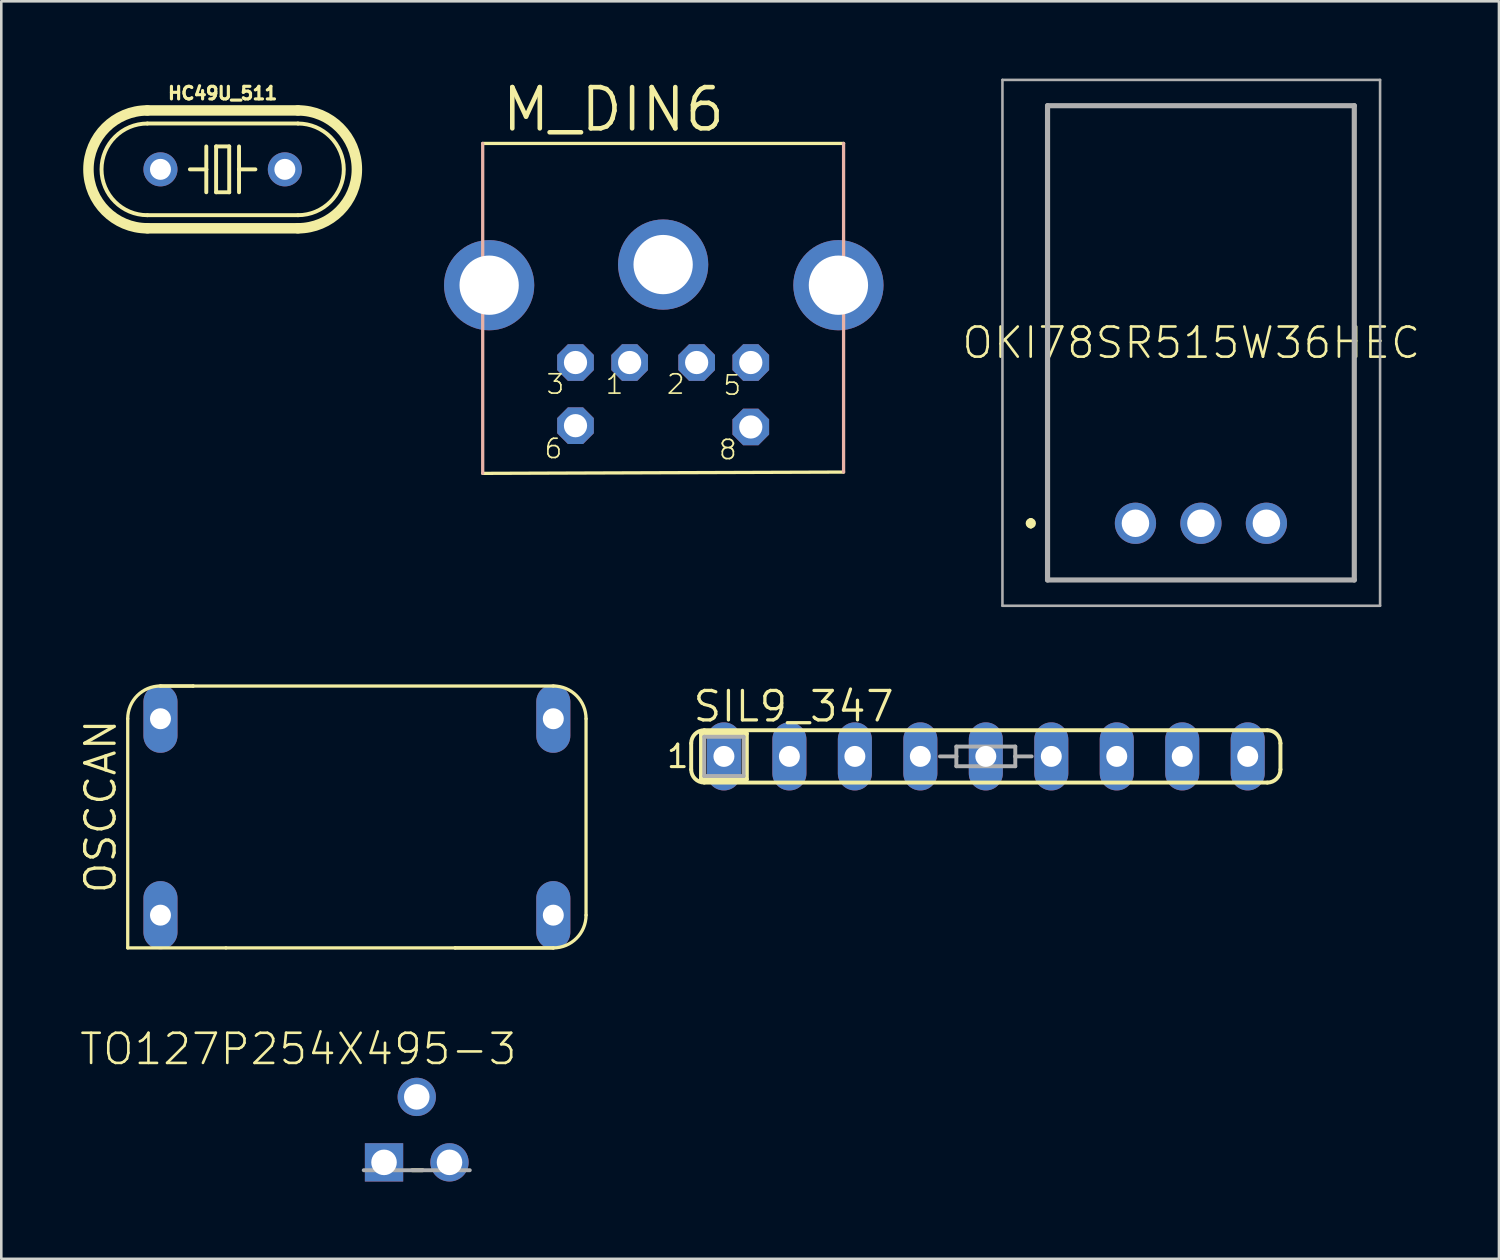
<source format=kicad_pcb>
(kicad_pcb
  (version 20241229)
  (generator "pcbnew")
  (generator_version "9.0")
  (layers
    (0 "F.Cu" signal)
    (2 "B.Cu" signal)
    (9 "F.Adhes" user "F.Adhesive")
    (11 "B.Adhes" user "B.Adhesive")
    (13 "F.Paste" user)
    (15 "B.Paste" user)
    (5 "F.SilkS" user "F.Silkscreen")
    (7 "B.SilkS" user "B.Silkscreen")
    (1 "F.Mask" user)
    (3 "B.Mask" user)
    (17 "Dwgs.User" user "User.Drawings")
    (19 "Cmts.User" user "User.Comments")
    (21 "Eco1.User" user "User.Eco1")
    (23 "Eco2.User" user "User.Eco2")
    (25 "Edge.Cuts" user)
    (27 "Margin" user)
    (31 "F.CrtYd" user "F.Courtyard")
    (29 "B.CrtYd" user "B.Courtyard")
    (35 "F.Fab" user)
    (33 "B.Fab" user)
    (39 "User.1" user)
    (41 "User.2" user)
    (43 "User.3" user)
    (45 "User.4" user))
  (footprint "OSCCAN"
    (layer "F.Cu")
    (at 10.795 28.643)
    (property "Reference" "OSCCAN" (at -9.271 3.048 90) (unlocked yes) (layer "F.SilkS") (effects (font (size 1.143 1.143) (thickness 0.127)) (justify left bottom)))
    (fp_line (start -8.89 -3.81) (end -8.89 5.08) (stroke (width 0.127) (type solid)) (layer "F.SilkS"))
    (fp_line (start -8.89 5.08) (end -5.08 5.08) (stroke (width 0.127) (type solid)) (layer "F.SilkS"))
    (fp_line (start -7.62 -5.08) (end -6.35 -5.08) (stroke (width 0.127) (type solid)) (layer "F.SilkS"))
    (fp_line (start -6.35 -5.08) (end -7.62 -5.08) (stroke (width 0.127) (type solid)) (layer "F.SilkS"))
    (fp_line (start -5.08 5.08) (end 3.81 5.08) (stroke (width 0.127) (type solid)) (layer "F.SilkS"))
    (fp_line (start 3.81 5.08) (end 7.62 5.08) (stroke (width 0.127) (type solid)) (layer "F.SilkS"))
    (fp_line (start 7.62 -5.08) (end -6.35 -5.08) (stroke (width 0.127) (type solid)) (layer "F.SilkS"))
    (fp_line (start 7.62 5.08) (end 3.81 5.08) (stroke (width 0.127) (type solid)) (layer "F.SilkS"))
    (fp_line (start 8.89 3.81) (end 8.89 -3.81) (stroke (width 0.127) (type solid)) (layer "F.SilkS"))
    (fp_arc (start -8.89 -3.81) (mid -8.518026 -4.708026) (end -7.62 -5.08) (stroke (width 0.127) (type solid)) (layer "F.SilkS"))
    (fp_arc (start 7.62 -5.08) (mid 8.518026 -4.708026) (end 8.89 -3.81) (stroke (width 0.127) (type solid)) (layer "F.SilkS"))
    (fp_arc (start 8.89 3.81) (mid 8.518026 4.708026) (end 7.62 5.08) (stroke (width 0.127) (type solid)) (layer "F.SilkS"))
    (pad "1" thru_hole oval (at -7.62 3.81 90) (size 2.642 1.321) (drill 0.813) (layers "*.Cu" "*.Mask"))
    (pad "7" thru_hole oval (at 7.62 3.81 90) (size 2.642 1.321) (drill 0.813) (layers "*.Cu" "*.Mask"))
    (pad "8" thru_hole oval (at 7.62 -3.81 90) (size 2.642 1.321) (drill 0.813) (layers "*.Cu" "*.Mask"))
    (pad "14" thru_hole oval (at -7.62 -3.81 90) (size 2.642 1.321) (drill 0.813) (layers "*.Cu" "*.Mask")))
  (footprint "TO127P254X495-3"
    (layer "F.Cu")
    (at 14.388 39.503)
    (property "Reference" "TO127P254X495-3" (at -5.867 -1.854 0) (unlocked yes) (layer "F.SilkS") (effects (font (size 1.168 1.168) (thickness 0.102))))
    (fp_line (start -1.448 2.845) (end -1.041 2.845) (stroke (width 0.152) (type solid)) (layer "F.SilkS"))
    (fp_line (start -3.327 2.845) (end 0.787 2.845) (stroke (width 0.152) (type solid)) (layer "F.Fab"))
    (pad "1" thru_hole rect (at -2.54 2.54) (size 1.486 1.486) (drill 0.991) (layers "*.Cu" "*.Mask"))
    (pad "2" thru_hole circle (at -1.27 0) (size 1.486 1.486) (drill 0.991) (layers "*.Cu" "*.Mask"))
    (pad "3" thru_hole circle (at 0 2.54) (size 1.486 1.486) (drill 0.991) (layers "*.Cu" "*.Mask")))
  (footprint "M_DIN6"
    (layer "F.Cu")
    (at 22.676 7.264)
    (property "Reference" "M_DIN6" (at -6.35 -5.13 0) (unlocked yes) (layer "F.SilkS") (effects (font (size 1.6 1.6) (thickness 0.178)) (justify left bottom)))
    (fp_line (start -7 8.05) (end 7 8) (stroke (width 0.127) (type solid)) (layer "F.SilkS"))
    (fp_line (start 7 -4.75) (end -7 -4.75) (stroke (width 0.127) (type solid)) (layer "F.SilkS"))
    (fp_line (start -7 -4.75) (end -7 -0.25) (stroke (width 0.127) (type solid)) (layer "B.SilkS"))
    (fp_line (start -7 -0.25) (end -7 8.05) (stroke (width 0.127) (type solid)) (layer "B.SilkS"))
    (fp_line (start -7 -0.25) (end -6.7 -0.25) (stroke (width 0.127) (type solid)) (layer "B.SilkS"))
    (fp_line (start -6.7 -0.25) (end -6.7 1.75) (stroke (width 0.127) (type solid)) (layer "B.SilkS"))
    (fp_line (start -6.7 1.75) (end -6.95 1.75) (stroke (width 0.127) (type solid)) (layer "B.SilkS"))
    (fp_line (start 6.7 -0.25) (end 6.7 1.75) (stroke (width 0.127) (type solid)) (layer "B.SilkS"))
    (fp_line (start 6.7 1.75) (end 7 1.75) (stroke (width 0.127) (type solid)) (layer "B.SilkS"))
    (fp_line (start 7 -0.25) (end 6.7 -0.25) (stroke (width 0.127) (type solid)) (layer "B.SilkS"))
    (fp_line (start 7 -0.25) (end 7 -4.75) (stroke (width 0.127) (type solid)) (layer "B.SilkS"))
    (fp_line (start 7 1.75) (end 7 -0.25) (stroke (width 0.127) (type solid)) (layer "B.SilkS"))
    (fp_line (start 7 8) (end 7 1.75) (stroke (width 0.127) (type solid)) (layer "B.SilkS"))
    (fp_text user "2" (at 0.092 5.03 0) (unlocked yes) (layer "F.SilkS") (effects (font (size 0.748 0.748) (thickness 0.065)) (justify left bottom)))
    (fp_text user "3" (at -4.58 5.03 0) (unlocked yes) (layer "F.SilkS") (effects (font (size 0.748 0.748) (thickness 0.065)) (justify left bottom)))
    (fp_text user "6" (at -4.656 7.53 0) (unlocked yes) (layer "F.SilkS") (effects (font (size 0.748 0.748) (thickness 0.065)) (justify left bottom)))
    (fp_text user "1" (at -2.286 5.03 0) (unlocked yes) (layer "F.SilkS") (effects (font (size 0.748 0.748) (thickness 0.065)) (justify left bottom)))
    (fp_text user "5" (at 2.28 5.07 0) (unlocked yes) (layer "F.SilkS") (effects (font (size 0.748 0.748) (thickness 0.065)) (justify left bottom)))
    (fp_text user "8" (at 2.112 7.57 0) (unlocked yes) (layer "F.SilkS") (effects (font (size 0.748 0.748) (thickness 0.065)) (justify left bottom)))
    (pad "1" thru_hole roundrect (at -1.3 3.75) (size 1.422 1.422) (drill 0.9) (layers "*.Cu" "*.Mask") (roundrect_rratio 0.25) (chamfer_ratio 0.293) (chamfer top_left top_right bottom_left bottom_right))
    (pad "2" thru_hole roundrect (at 1.3 3.75) (size 1.422 1.422) (drill 0.9) (layers "*.Cu" "*.Mask") (roundrect_rratio 0.25) (chamfer_ratio 0.293) (chamfer top_left top_right bottom_left bottom_right))
    (pad "3" thru_hole roundrect (at -3.4 3.75) (size 1.422 1.422) (drill 0.9) (layers "*.Cu" "*.Mask") (roundrect_rratio 0.25) (chamfer_ratio 0.293) (chamfer top_left top_right bottom_left bottom_right))
    (pad "5" thru_hole roundrect (at 3.4 3.75) (size 1.422 1.422) (drill 0.9) (layers "*.Cu" "*.Mask") (roundrect_rratio 0.25) (chamfer_ratio 0.293) (chamfer top_left top_right bottom_left bottom_right))
    (pad "6" thru_hole roundrect (at -3.4 6.2) (size 1.422 1.422) (drill 0.9) (layers "*.Cu" "*.Mask") (roundrect_rratio 0.25) (chamfer_ratio 0.293) (chamfer top_left top_right bottom_left bottom_right))
    (pad "8" thru_hole roundrect (at 3.4 6.25) (size 1.422 1.422) (drill 0.9) (layers "*.Cu" "*.Mask") (roundrect_rratio 0.25) (chamfer_ratio 0.293) (chamfer top_left top_right bottom_left bottom_right))
    (pad "SH1" thru_hole circle (at 6.8 0.75) (size 3.5 3.5) (drill 2.3) (layers "*.Cu" "*.Mask"))
    (pad "SH2" thru_hole circle (at 0 -0.05) (size 3.5 3.5) (drill 2.3) (layers "*.Cu" "*.Mask"))
    (pad "SH3" thru_hole circle (at -6.75 0.75) (size 3.5 3.5) (drill 2.3) (layers "*.Cu" "*.Mask")))
  (footprint "SIL9_347"
    (layer "F.Cu")
    (at 35.194 26.294)
    (property "Reference" "SIL9_347" (at -11.43 -1.27 0) (unlocked yes) (layer "F.SilkS") (effects (font (size 1.143 1.143) (thickness 0.127)) (justify left bottom)))
    (fp_line (start -11.43 0.508) (end -11.43 -0.508) (stroke (width 0.152) (type solid)) (layer "F.SilkS"))
    (fp_line (start -11.049 -0.889) (end -9.271 -0.889) (stroke (width 0.152) (type solid)) (layer "F.SilkS"))
    (fp_line (start -11.049 0.889) (end -11.049 -0.889) (stroke (width 0.152) (type solid)) (layer "F.SilkS"))
    (fp_line (start -10.922 1.016) (end 10.922 1.016) (stroke (width 0.152) (type solid)) (layer "F.SilkS"))
    (fp_line (start -9.271 -0.889) (end -9.271 0.889) (stroke (width 0.152) (type solid)) (layer "F.SilkS"))
    (fp_line (start -9.271 0.889) (end -11.049 0.889) (stroke (width 0.152) (type solid)) (layer "F.SilkS"))
    (fp_line (start 10.922 -1.016) (end -10.922 -1.016) (stroke (width 0.152) (type solid)) (layer "F.SilkS"))
    (fp_line (start 11.43 -0.508) (end 11.43 0.508) (stroke (width 0.152) (type solid)) (layer "F.SilkS"))
    (fp_arc (start -11.43 -0.508) (mid -11.28121 -0.86721) (end -10.921999 -1.015999) (stroke (width 0.1524) (type solid)) (layer "F.SilkS"))
    (fp_arc (start -10.921999 1.015999) (mid -11.28121 0.86721) (end -11.43 0.508) (stroke (width 0.1524) (type solid)) (layer "F.SilkS"))
    (fp_arc (start 10.922 -1.016) (mid 11.281211 -0.86721) (end 11.430001 -0.507999) (stroke (width 0.1524) (type solid)) (layer "F.SilkS"))
    (fp_arc (start 11.430001 0.507999) (mid 11.281211 0.86721) (end 10.922 1.016) (stroke (width 0.1524) (type solid)) (layer "F.SilkS"))
    (fp_line (start -10.922 -0.762) (end -9.398 -0.762) (stroke (width 0.152) (type solid)) (layer "F.Fab"))
    (fp_line (start -10.922 0.762) (end -10.922 -0.762) (stroke (width 0.152) (type solid)) (layer "F.Fab"))
    (fp_line (start -9.398 -0.762) (end -9.398 0.762) (stroke (width 0.152) (type solid)) (layer "F.Fab"))
    (fp_line (start -9.398 0.762) (end -10.922 0.762) (stroke (width 0.152) (type solid)) (layer "F.Fab"))
    (fp_line (start -1.778 0) (end -1.143 0) (stroke (width 0.152) (type solid)) (layer "F.Fab"))
    (fp_line (start -1.143 -0.381) (end 1.143 -0.381) (stroke (width 0.152) (type solid)) (layer "F.Fab"))
    (fp_line (start -1.143 0) (end -1.143 -0.381) (stroke (width 0.152) (type solid)) (layer "F.Fab"))
    (fp_line (start -1.143 0.381) (end -1.143 0) (stroke (width 0.152) (type solid)) (layer "F.Fab"))
    (fp_line (start 1.143 -0.381) (end 1.143 0) (stroke (width 0.152) (type solid)) (layer "F.Fab"))
    (fp_line (start 1.143 0) (end 1.143 0.381) (stroke (width 0.152) (type solid)) (layer "F.Fab"))
    (fp_line (start 1.143 0.381) (end -1.143 0.381) (stroke (width 0.152) (type solid)) (layer "F.Fab"))
    (fp_line (start 1.778 0) (end 1.143 0) (stroke (width 0.152) (type solid)) (layer "F.Fab"))
    (fp_text user "1" (at -12.446 0.508 0) (unlocked yes) (layer "F.SilkS") (effects (font (size 0.872 0.872) (thickness 0.119)) (justify left bottom)))
    (pad "1" thru_hole oval (at -10.16 0 90) (size 2.642 1.321) (drill 0.813) (layers "*.Cu" "*.Mask"))
    (pad "2" thru_hole oval (at -7.62 0 90) (size 2.642 1.321) (drill 0.813) (layers "*.Cu" "*.Mask"))
    (pad "3" thru_hole oval (at -5.08 0 90) (size 2.642 1.321) (drill 0.813) (layers "*.Cu" "*.Mask"))
    (pad "4" thru_hole oval (at -2.54 0 90) (size 2.642 1.321) (drill 0.813) (layers "*.Cu" "*.Mask"))
    (pad "5" thru_hole oval (at 0 0 90) (size 2.642 1.321) (drill 0.813) (layers "*.Cu" "*.Mask"))
    (pad "6" thru_hole oval (at 2.54 0 90) (size 2.642 1.321) (drill 0.813) (layers "*.Cu" "*.Mask"))
    (pad "7" thru_hole oval (at 5.08 0 90) (size 2.642 1.321) (drill 0.813) (layers "*.Cu" "*.Mask"))
    (pad "8" thru_hole oval (at 7.62 0 90) (size 2.642 1.321) (drill 0.813) (layers "*.Cu" "*.Mask"))
    (pad "9" thru_hole oval (at 10.16 0 90) (size 2.642 1.321) (drill 0.813) (layers "*.Cu" "*.Mask")))
  (footprint "OKI78SR515W36HEC"
    (layer "F.Cu")
    (at 40.999 17.25)
    (property "Reference" "OKI78SR515W36HEC" (at 2.165 -7 0) (unlocked yes) (layer "F.SilkS") (effects (font (size 1.168 1.168) (thickness 0.102))))
    (fp_line (start -4.06 -0.1) (end -4.06 -0.1) (stroke (width 0.2) (type solid)) (layer "F.SilkS"))
    (fp_line (start -4.06 0.1) (end -4.06 0.1) (stroke (width 0.2) (type solid)) (layer "F.SilkS"))
    (fp_line (start -3.41 -16.2) (end 8.49 -16.2) (stroke (width 0.1) (type solid)) (layer "F.SilkS"))
    (fp_line (start -3.41 2.2) (end -3.41 -16.2) (stroke (width 0.1) (type solid)) (layer "F.SilkS"))
    (fp_line (start 8.49 -16.2) (end 8.49 2.2) (stroke (width 0.1) (type solid)) (layer "F.SilkS"))
    (fp_line (start 8.49 2.2) (end -3.41 2.2) (stroke (width 0.1) (type solid)) (layer "F.SilkS"))
    (fp_arc (start -4.06 -0.1) (mid -3.96 0) (end -4.06 0.1) (stroke (width 0.2) (type solid)) (layer "F.SilkS"))
    (fp_arc (start -4.06 0.1) (mid -4.16 0) (end -4.06 -0.1) (stroke (width 0.2) (type solid)) (layer "F.SilkS"))
    (fp_line (start -5.16 -17.2) (end 9.49 -17.2) (stroke (width 0.1) (type solid)) (layer "F.Fab"))
    (fp_line (start -5.16 3.2) (end -5.16 -17.2) (stroke (width 0.1) (type solid)) (layer "F.Fab"))
    (fp_line (start -3.41 -16.2) (end 8.49 -16.2) (stroke (width 0.2) (type solid)) (layer "F.Fab"))
    (fp_line (start -3.41 2.2) (end -3.41 -16.2) (stroke (width 0.2) (type solid)) (layer "F.Fab"))
    (fp_line (start 8.49 -16.2) (end 8.49 2.2) (stroke (width 0.2) (type solid)) (layer "F.Fab"))
    (fp_line (start 8.49 2.2) (end -3.41 2.2) (stroke (width 0.2) (type solid)) (layer "F.Fab"))
    (fp_line (start 9.49 -17.2) (end 9.49 3.2) (stroke (width 0.1) (type solid)) (layer "F.Fab"))
    (fp_line (start 9.49 3.2) (end -5.16 3.2) (stroke (width 0.1) (type solid)) (layer "F.Fab"))
    (pad "1" thru_hole circle (at 0 0) (size 1.6 1.6) (drill 1.067) (layers "*.Cu" "*.Mask"))
    (pad "2" thru_hole circle (at 2.54 0) (size 1.6 1.6) (drill 1.067) (layers "*.Cu" "*.Mask"))
    (pad "3" thru_hole circle (at 5.08 0) (size 1.6 1.6) (drill 1.067) (layers "*.Cu" "*.Mask")))
  (footprint "HC49U_511"
    (layer "F.Cu")
    (at 5.588 3.52)
    (property "Reference" "HC49U_511" (at 0 -2.667 0) (unlocked yes) (layer "F.SilkS") (effects (font (size 0.488 0.488) (thickness 0.122)) (justify bottom)))
    (fp_line (start -2.921 -2.286) (end 2.921 -2.286) (stroke (width 0.406) (type solid)) (layer "F.SilkS"))
    (fp_line (start -2.921 1.778) (end 2.921 1.778) (stroke (width 0.152) (type solid)) (layer "F.SilkS"))
    (fp_line (start -2.921 2.286) (end 2.921 2.286) (stroke (width 0.406) (type solid)) (layer "F.SilkS"))
    (fp_line (start -0.635 -0.889) (end -0.635 0) (stroke (width 0.152) (type solid)) (layer "F.SilkS"))
    (fp_line (start -0.635 0) (end -1.27 0) (stroke (width 0.152) (type solid)) (layer "F.SilkS"))
    (fp_line (start -0.635 0) (end -0.635 0.889) (stroke (width 0.152) (type solid)) (layer "F.SilkS"))
    (fp_line (start -0.254 -0.889) (end 0.254 -0.889) (stroke (width 0.152) (type solid)) (layer "F.SilkS"))
    (fp_line (start -0.254 0.889) (end -0.254 -0.889) (stroke (width 0.152) (type solid)) (layer "F.SilkS"))
    (fp_line (start 0.254 -0.889) (end 0.254 0.889) (stroke (width 0.152) (type solid)) (layer "F.SilkS"))
    (fp_line (start 0.254 0.889) (end -0.254 0.889) (stroke (width 0.152) (type solid)) (layer "F.SilkS"))
    (fp_line (start 0.635 -0.889) (end 0.635 0) (stroke (width 0.152) (type solid)) (layer "F.SilkS"))
    (fp_line (start 0.635 0) (end 0.635 0.889) (stroke (width 0.152) (type solid)) (layer "F.SilkS"))
    (fp_line (start 0.635 0) (end 1.27 0) (stroke (width 0.152) (type solid)) (layer "F.SilkS"))
    (fp_line (start 2.921 -1.778) (end -2.921 -1.778) (stroke (width 0.152) (type solid)) (layer "F.SilkS"))
    (fp_arc (start -2.921 1.778) (mid -4.699 0) (end -2.921 -1.778) (stroke (width 0.1524) (type solid)) (layer "F.SilkS"))
    (fp_arc (start -2.921 2.286) (mid -5.207 0) (end -2.921 -2.286) (stroke (width 0.4064) (type solid)) (layer "F.SilkS"))
    (fp_arc (start 2.921 -2.286) (mid 5.207 0) (end 2.921 2.286) (stroke (width 0.4064) (type solid)) (layer "F.SilkS"))
    (fp_arc (start 2.921 -1.778) (mid 4.699 0) (end 2.921 1.778) (stroke (width 0.1524) (type solid)) (layer "F.SilkS"))
    (pad "1" thru_hole circle (at -2.413 0) (size 1.321 1.321) (drill 0.813) (layers "*.Cu" "*.Mask"))
    (pad "2" thru_hole circle (at 2.413 0) (size 1.321 1.321) (drill 0.813) (layers "*.Cu" "*.Mask"))
    (zone (net_name "") (layers "F.Cu" "B.Cu") (hatch edge 0.5) (connect_pads) (min_thickness 0.25) (filled_areas_thickness no) (keepout (tracks allowed) (vias not_allowed) (pads allowed) (copperpour allowed) (footprints allowed)) (placement (enabled no)) (fill) (polygon (pts (xy 0 4.79) (xy 0.254 4.79) (xy 0.254 2.504) (xy 0 2.504))))
    (zone (net_name "") (layers "F.Cu" "B.Cu") (hatch edge 0.5) (connect_pads) (min_thickness 0.25) (filled_areas_thickness no) (keepout (tracks allowed) (vias not_allowed) (pads allowed) (copperpour allowed) (footprints allowed)) (placement (enabled no)) (fill) (polygon (pts (xy 0.254 5.298) (xy 0.762 5.298) (xy 0.762 1.742) (xy 0.254 1.742))))
    (zone (net_name "") (layers "F.Cu" "B.Cu") (hatch edge 0.5) (connect_pads) (min_thickness 0.25) (filled_areas_thickness no) (keepout (tracks allowed) (vias not_allowed) (pads allowed) (copperpour allowed) (footprints allowed)) (placement (enabled no)) (fill) (polygon (pts (xy 0.762 5.806) (xy 1.27 5.806) (xy 1.27 1.234) (xy 0.762 1.234))))
    (zone (net_name "") (layers "F.Cu" "B.Cu") (hatch edge 0.5) (connect_pads) (min_thickness 0.25) (filled_areas_thickness no) (keepout (tracks allowed) (vias not_allowed) (pads allowed) (copperpour allowed) (footprints allowed)) (placement (enabled no)) (fill) (polygon (pts (xy 1.27 6.06) (xy 1.778 6.06) (xy 1.778 0.98) (xy 1.27 0.98))))
    (zone (net_name "") (layers "F.Cu" "B.Cu") (hatch edge 0.5) (connect_pads) (min_thickness 0.25) (filled_areas_thickness no) (keepout (tracks allowed) (vias not_allowed) (pads allowed) (copperpour allowed) (footprints allowed)) (placement (enabled no)) (fill) (polygon (pts (xy 1.778 6.314) (xy 9.398 6.314) (xy 9.398 0.726) (xy 1.778 0.726))))
    (zone (net_name "") (layers "F.Cu" "B.Cu") (hatch edge 0.5) (connect_pads) (min_thickness 0.25) (filled_areas_thickness no) (keepout (tracks allowed) (vias not_allowed) (pads allowed) (copperpour allowed) (footprints allowed)) (placement (enabled no)) (fill) (polygon (pts (xy 9.398 6.06) (xy 9.906 6.06) (xy 9.906 0.98) (xy 9.398 0.98))))
    (zone (net_name "") (layers "F.Cu" "B.Cu") (hatch edge 0.5) (connect_pads) (min_thickness 0.25) (filled_areas_thickness no) (keepout (tracks allowed) (vias not_allowed) (pads allowed) (copperpour allowed) (footprints allowed)) (placement (enabled no)) (fill) (polygon (pts (xy 9.906 5.806) (xy 10.414 5.806) (xy 10.414 1.234) (xy 9.906 1.234))))
    (zone (net_name "") (layers "F.Cu" "B.Cu") (hatch edge 0.5) (connect_pads) (min_thickness 0.25) (filled_areas_thickness no) (keepout (tracks allowed) (vias not_allowed) (pads allowed) (copperpour allowed) (footprints allowed)) (placement (enabled no)) (fill) (polygon (pts (xy 10.414 5.298) (xy 10.922 5.298) (xy 10.922 1.742) (xy 10.414 1.742))))
    (zone (net_name "") (layers "F.Cu" "B.Cu") (hatch edge 0.5) (connect_pads) (min_thickness 0.25) (filled_areas_thickness no) (keepout (tracks allowed) (vias not_allowed) (pads allowed) (copperpour allowed) (footprints allowed)) (placement (enabled no)) (fill) (polygon (pts (xy 10.922 4.536) (xy 11.176 4.536) (xy 11.176 2.504) (xy 10.922 2.504)))))
  (gr_rect
    (start -3 -3)
    (end 55.101 45.786)
    (stroke (width 0.1) (type default))
    (fill no)
    (layer "Edge.Cuts")))
</source>
